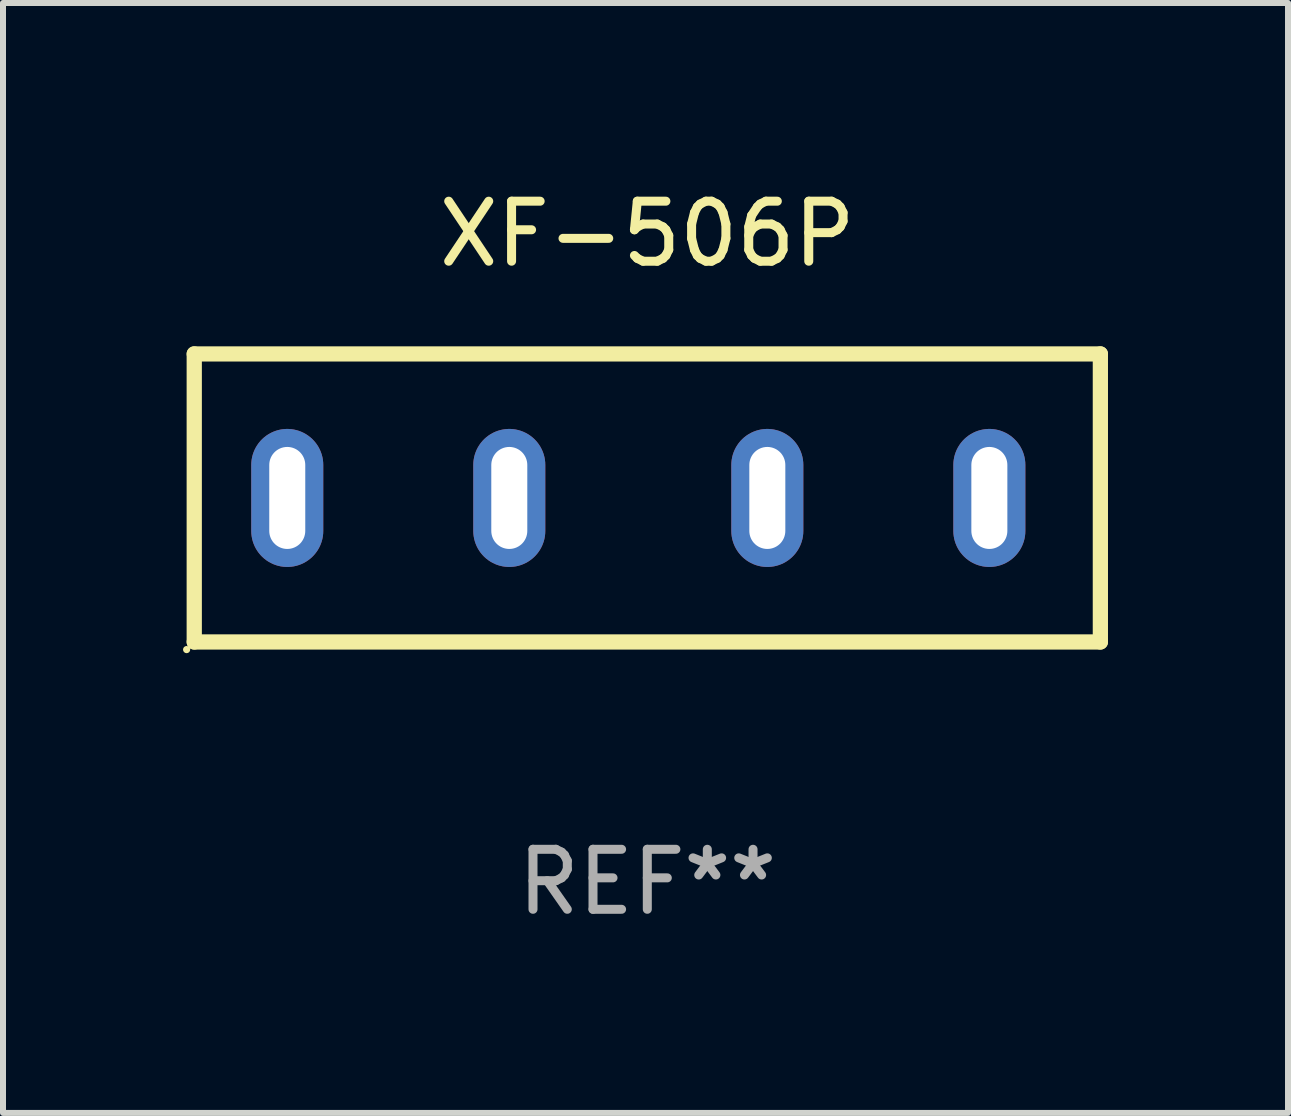
<source format=kicad_pcb>
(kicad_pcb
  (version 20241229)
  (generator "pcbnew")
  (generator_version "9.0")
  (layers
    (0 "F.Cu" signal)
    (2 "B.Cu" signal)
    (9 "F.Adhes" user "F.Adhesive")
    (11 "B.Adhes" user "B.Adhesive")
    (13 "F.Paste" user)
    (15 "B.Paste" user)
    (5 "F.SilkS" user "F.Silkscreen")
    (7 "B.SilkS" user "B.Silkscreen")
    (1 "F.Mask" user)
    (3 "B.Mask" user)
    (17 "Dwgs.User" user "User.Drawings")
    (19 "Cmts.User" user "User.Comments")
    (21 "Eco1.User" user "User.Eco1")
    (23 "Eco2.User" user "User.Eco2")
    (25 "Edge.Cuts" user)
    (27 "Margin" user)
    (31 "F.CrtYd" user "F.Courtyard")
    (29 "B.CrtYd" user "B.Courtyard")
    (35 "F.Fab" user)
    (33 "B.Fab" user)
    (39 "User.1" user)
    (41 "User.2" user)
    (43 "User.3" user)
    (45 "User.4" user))
  (footprint "XF-506P"
    (layer "F.Cu")
    (at 7.737 5.248)
    (property "Reference" "XF-506P" (at 0 -4.4 0) (layer "F.SilkS") (effects (font (size 1 1) (thickness 0.15))))
    (attr through_hole)
    (fp_line (start -7.55 -2.4) (end -7.55 2.4) (stroke (width 0.254) (type solid)) (layer "F.SilkS"))
    (fp_line (start -7.55 -2.4) (end 7.55 -2.4) (stroke (width 0.254) (type solid)) (layer "F.SilkS"))
    (fp_line (start -7.55 2.4) (end 7.55 2.4) (stroke (width 0.254) (type solid)) (layer "F.SilkS"))
    (fp_line (start 7.55 -2.4) (end 7.55 2.4) (stroke (width 0.254) (type solid)) (layer "F.SilkS"))
    (fp_circle (center -7.677 2.527) (end -7.647 2.527) (stroke (width 0.06) (type solid)) (fill no) (layer "F.SilkS"))
    (fp_text user "REF**" (at 0 6.4 0) (layer "F.Fab") (effects (font (size 1 1) (thickness 0.15))))
    (pad "1" thru_hole oval (at -6 0 90) (size 2.3 1.2) (drill oval 1.7 0.6) (layers "*.Cu" "*.Mask"))
    (pad "1" thru_hole oval (at -2.3 0 90) (size 2.3 1.2) (drill oval 1.7 0.6) (layers "*.Cu" "*.Mask"))
    (pad "2" thru_hole oval (at 2 0 90) (size 2.3 1.2) (drill oval 1.7 0.6) (layers "*.Cu" "*.Mask"))
    (pad "2" thru_hole oval (at 5.7 0 90) (size 2.3 1.2) (drill oval 1.7 0.6) (layers "*.Cu" "*.Mask")))
  (gr_rect
    (start -3 -3)
    (end 18.414 15.496)
    (stroke (width 0.1) (type default))
    (fill no)
    (layer "Edge.Cuts")))
</source>
